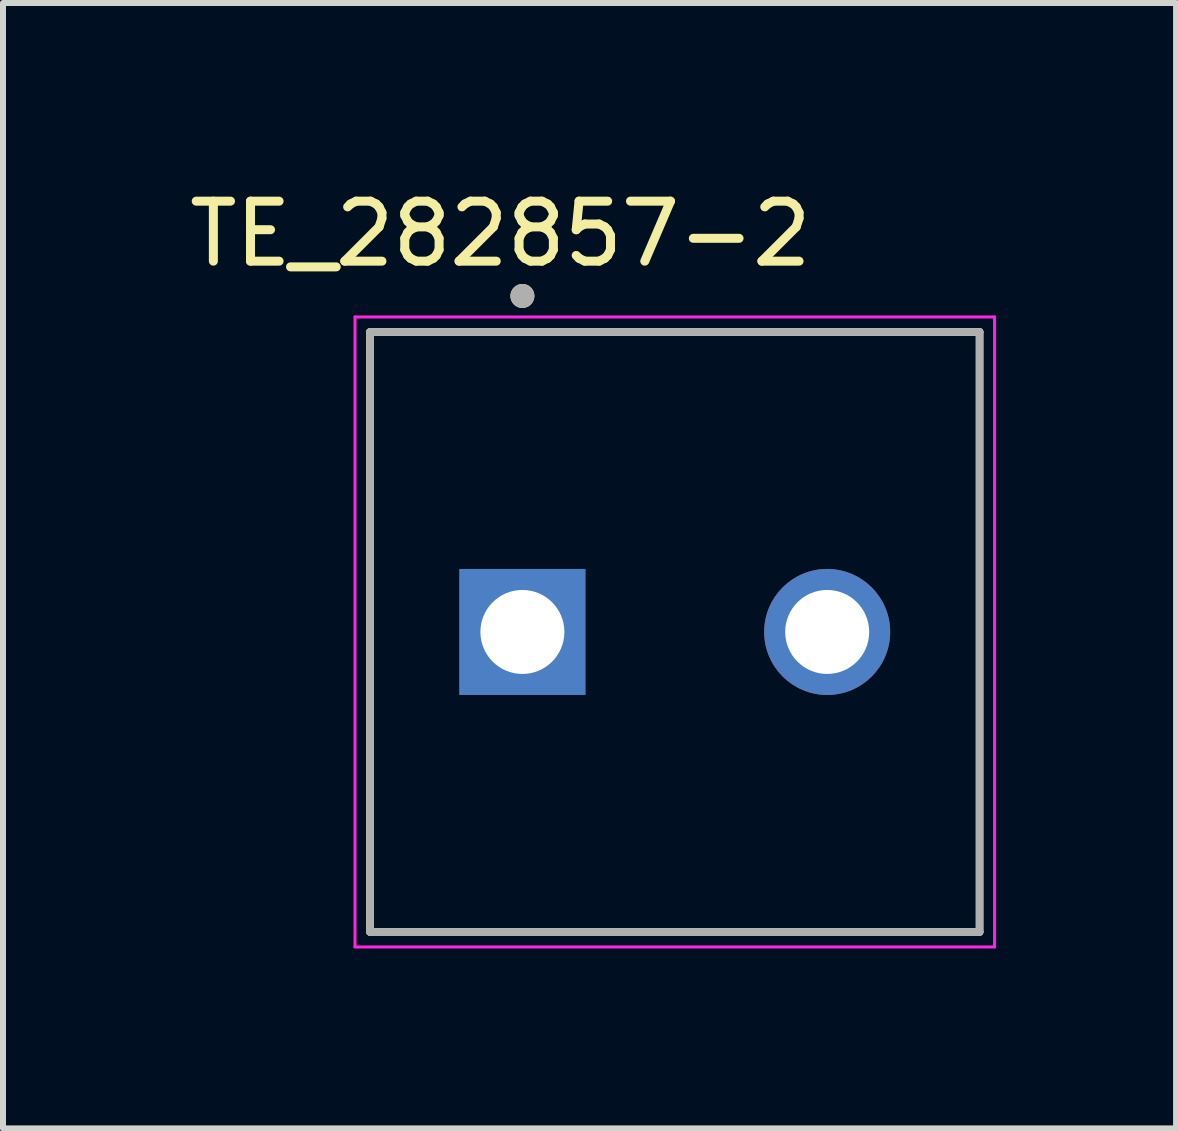
<source format=kicad_pcb>
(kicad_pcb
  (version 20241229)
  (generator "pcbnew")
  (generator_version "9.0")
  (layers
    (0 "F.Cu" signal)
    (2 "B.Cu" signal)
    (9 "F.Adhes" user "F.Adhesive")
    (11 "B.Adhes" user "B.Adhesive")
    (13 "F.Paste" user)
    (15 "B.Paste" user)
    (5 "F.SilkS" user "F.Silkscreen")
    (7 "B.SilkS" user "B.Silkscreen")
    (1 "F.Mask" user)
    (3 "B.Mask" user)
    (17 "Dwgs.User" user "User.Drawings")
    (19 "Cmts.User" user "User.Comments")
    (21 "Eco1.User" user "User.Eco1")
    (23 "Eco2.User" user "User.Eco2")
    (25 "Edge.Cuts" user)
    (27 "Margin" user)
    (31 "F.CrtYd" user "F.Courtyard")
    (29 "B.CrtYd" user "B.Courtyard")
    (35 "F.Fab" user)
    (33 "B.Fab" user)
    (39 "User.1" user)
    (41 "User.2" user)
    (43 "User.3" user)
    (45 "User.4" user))
  (footprint "TE_282857-2"
    (layer "F.Cu")
    (at 8.197 7.483)
    (property "Reference" "TE_282857-2" (at -2.905 -6.635 0) (layer "F.SilkS") (effects (font (size 1 1) (thickness 0.15))))
    (attr through_hole)
    (fp_line (start -5.08 -5) (end 5.08 -5) (stroke (width 0.127) (type solid)) (layer "F.SilkS"))
    (fp_line (start -5.08 5) (end -5.08 -5) (stroke (width 0.127) (type solid)) (layer "F.SilkS"))
    (fp_line (start 5.08 -5) (end 5.08 5) (stroke (width 0.127) (type solid)) (layer "F.SilkS"))
    (fp_line (start 5.08 5) (end -5.08 5) (stroke (width 0.127) (type solid)) (layer "F.SilkS"))
    (fp_circle (center -2.54 -5.6) (end -2.44 -5.6) (stroke (width 0.2) (type solid)) (fill no) (layer "F.SilkS"))
    (fp_line (start -5.33 -5.25) (end 5.33 -5.25) (stroke (width 0.05) (type solid)) (layer "F.CrtYd"))
    (fp_line (start -5.33 5.25) (end -5.33 -5.25) (stroke (width 0.05) (type solid)) (layer "F.CrtYd"))
    (fp_line (start 5.33 -5.25) (end 5.33 5.25) (stroke (width 0.05) (type solid)) (layer "F.CrtYd"))
    (fp_line (start 5.33 5.25) (end -5.33 5.25) (stroke (width 0.05) (type solid)) (layer "F.CrtYd"))
    (fp_line (start -5.08 -5) (end 5.08 -5) (stroke (width 0.127) (type solid)) (layer "F.Fab"))
    (fp_line (start -5.08 5) (end -5.08 -5) (stroke (width 0.127) (type solid)) (layer "F.Fab"))
    (fp_line (start 5.08 -5) (end 5.08 5) (stroke (width 0.127) (type solid)) (layer "F.Fab"))
    (fp_line (start 5.08 5) (end -5.08 5) (stroke (width 0.127) (type solid)) (layer "F.Fab"))
    (fp_circle (center -2.54 -5.6) (end -2.44 -5.6) (stroke (width 0.2) (type solid)) (fill no) (layer "F.Fab"))
    (pad "1" thru_hole rect (at -2.54 0) (size 2.1 2.1) (drill 1.4) (layers "*.Cu" "*.Mask"))
    (pad "2" thru_hole circle (at 2.54 0) (size 2.1 2.1) (drill 1.4) (layers "*.Cu" "*.Mask")))
  (gr_rect
    (start -3 -3)
    (end 16.552 15.758)
    (stroke (width 0.1) (type default))
    (fill no)
    (layer "Edge.Cuts")))
</source>
